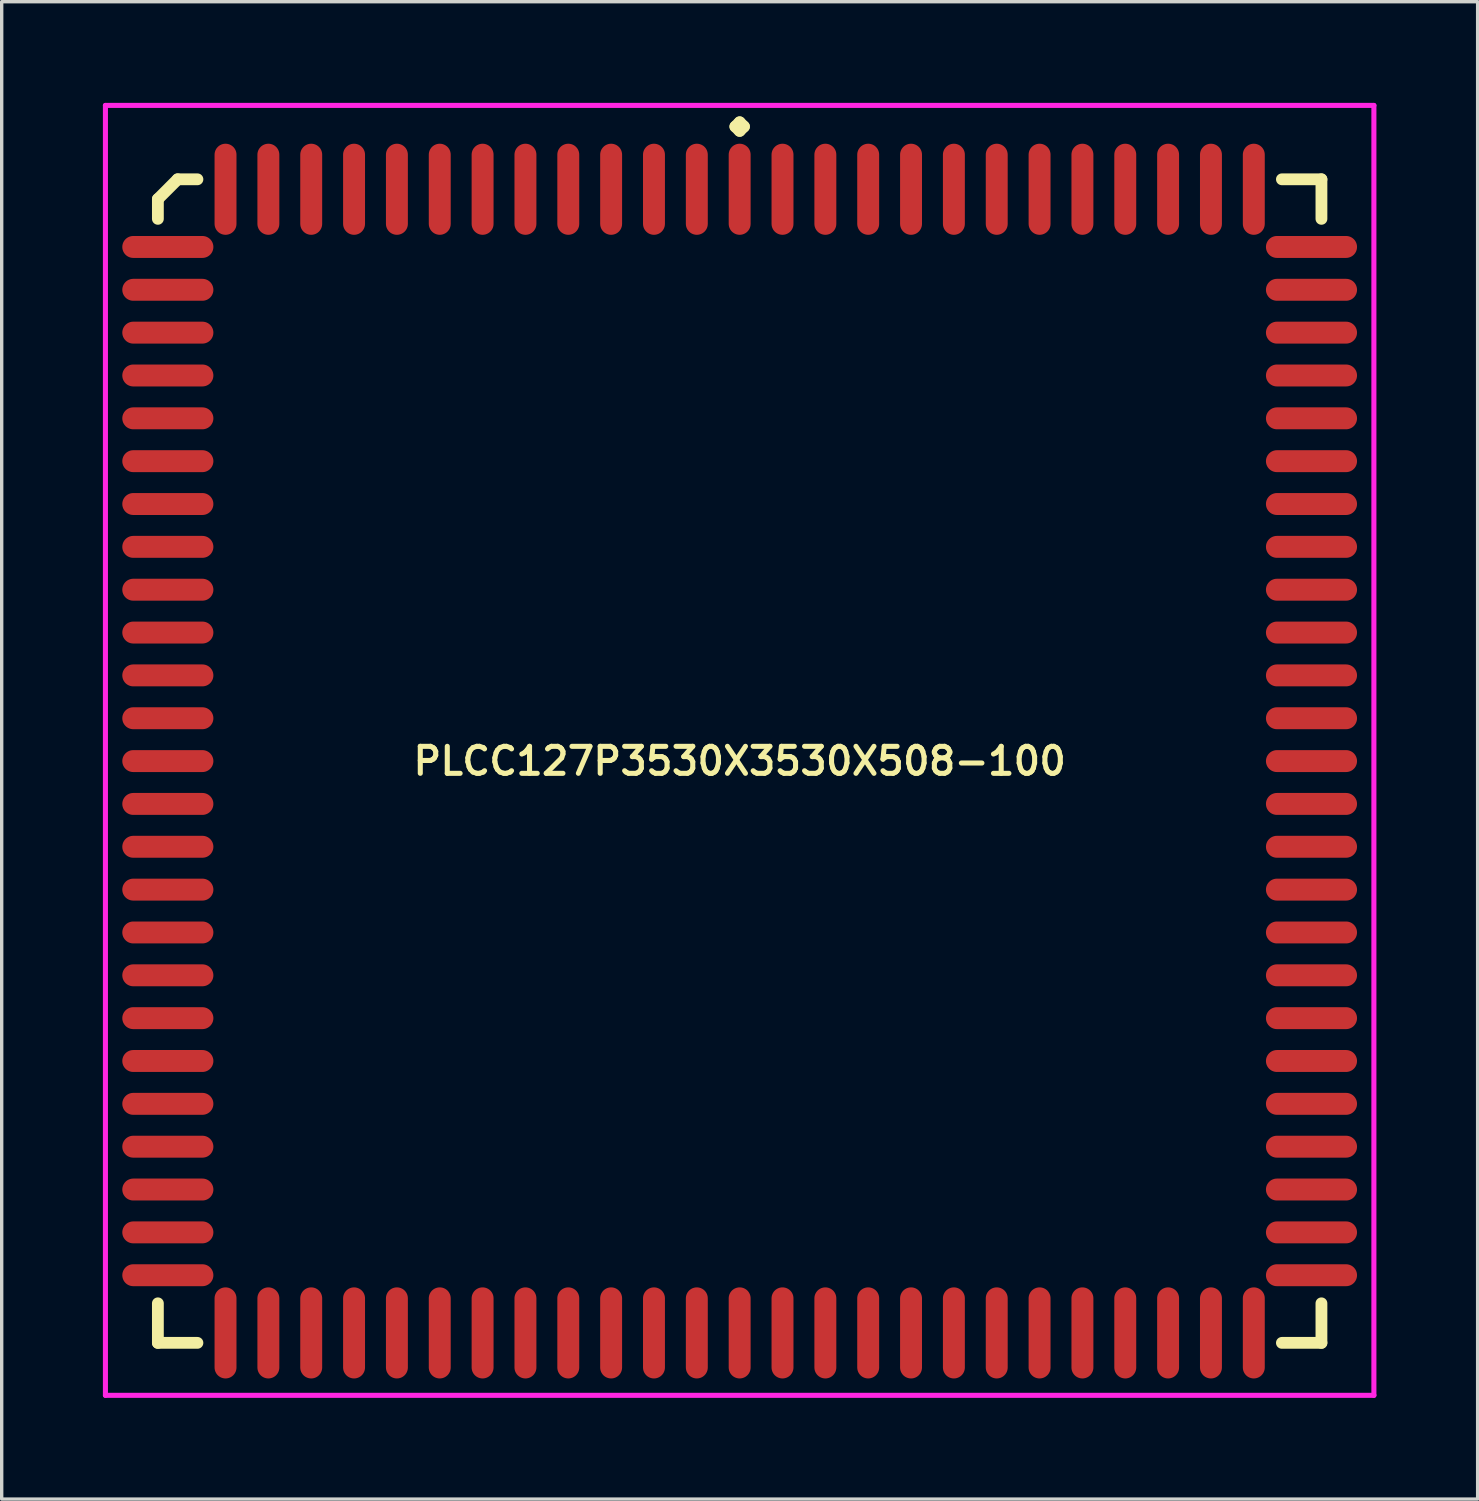
<source format=kicad_pcb>
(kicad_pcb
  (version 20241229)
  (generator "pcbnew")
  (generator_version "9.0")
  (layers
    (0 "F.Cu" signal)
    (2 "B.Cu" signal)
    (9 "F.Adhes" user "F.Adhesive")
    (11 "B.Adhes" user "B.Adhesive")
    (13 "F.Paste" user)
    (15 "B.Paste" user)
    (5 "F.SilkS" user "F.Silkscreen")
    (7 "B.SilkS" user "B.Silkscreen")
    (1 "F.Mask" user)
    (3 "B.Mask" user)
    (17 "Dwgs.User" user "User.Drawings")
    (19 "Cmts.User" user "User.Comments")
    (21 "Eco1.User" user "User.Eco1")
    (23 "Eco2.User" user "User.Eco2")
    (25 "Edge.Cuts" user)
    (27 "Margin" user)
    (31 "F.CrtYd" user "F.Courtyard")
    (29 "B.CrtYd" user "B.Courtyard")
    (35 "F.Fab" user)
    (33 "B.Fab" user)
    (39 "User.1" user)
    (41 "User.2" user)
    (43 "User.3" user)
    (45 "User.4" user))
  (footprint "PLCC127P3530X3530X508-100"
    (layer "F.Cu")
    (at 18.875 19.51)
    (property "Reference" "PLCC127P3530X3530X508-100" (at 0 0 0) (layer "F.SilkS") (effects (font (size 0.8 0.8) (thickness 0.15))))
    (attr smd)
    (fp_line (start -17.245 -16.659) (end -16.659 -17.245) (stroke (width 0.35) (type solid)) (layer "F.SilkS"))
    (fp_line (start -17.245 -16.073) (end -17.245 -16.659) (stroke (width 0.35) (type solid)) (layer "F.SilkS"))
    (fp_line (start -17.245 16.073) (end -17.245 17.245) (stroke (width 0.35) (type solid)) (layer "F.SilkS"))
    (fp_line (start -17.245 17.245) (end -16.073 17.245) (stroke (width 0.35) (type solid)) (layer "F.SilkS"))
    (fp_line (start -16.659 -17.245) (end -16.073 -17.245) (stroke (width 0.35) (type solid)) (layer "F.SilkS"))
    (fp_line (start -0.127 -18.808) (end 0 -18.935) (stroke (width 0.35) (type solid)) (layer "F.SilkS"))
    (fp_line (start 0 -18.935) (end 0.127 -18.808) (stroke (width 0.35) (type solid)) (layer "F.SilkS"))
    (fp_line (start 0 -18.681) (end -0.127 -18.808) (stroke (width 0.35) (type solid)) (layer "F.SilkS"))
    (fp_line (start 0.127 -18.808) (end 0 -18.681) (stroke (width 0.35) (type solid)) (layer "F.SilkS"))
    (fp_line (start 17.245 -17.245) (end 16.073 -17.245) (stroke (width 0.35) (type solid)) (layer "F.SilkS"))
    (fp_line (start 17.245 -16.073) (end 17.245 -17.245) (stroke (width 0.35) (type solid)) (layer "F.SilkS"))
    (fp_line (start 17.245 16.073) (end 17.245 17.245) (stroke (width 0.35) (type solid)) (layer "F.SilkS"))
    (fp_line (start 17.245 17.245) (end 16.073 17.245) (stroke (width 0.35) (type solid)) (layer "F.SilkS"))
    (fp_line (start -18.8 -19.435) (end 18.8 -19.435) (stroke (width 0.15) (type solid)) (layer "F.CrtYd"))
    (fp_line (start -18.8 18.8) (end -18.8 -19.435) (stroke (width 0.15) (type solid)) (layer "F.CrtYd"))
    (fp_line (start 18.8 -19.435) (end 18.8 18.8) (stroke (width 0.15) (type solid)) (layer "F.CrtYd"))
    (fp_line (start 18.8 18.8) (end -18.8 18.8) (stroke (width 0.15) (type solid)) (layer "F.CrtYd"))
    (pad "1" smd oval (at 0 -16.95) (size 0.65 2.7) (layers "F.Cu" "F.Mask" "F.Paste"))
    (pad "2" smd oval (at -1.27 -16.95) (size 0.65 2.7) (layers "F.Cu" "F.Mask" "F.Paste"))
    (pad "3" smd oval (at -2.54 -16.95) (size 0.65 2.7) (layers "F.Cu" "F.Mask" "F.Paste"))
    (pad "4" smd oval (at -3.81 -16.95) (size 0.65 2.7) (layers "F.Cu" "F.Mask" "F.Paste"))
    (pad "5" smd oval (at -5.08 -16.95) (size 0.65 2.7) (layers "F.Cu" "F.Mask" "F.Paste"))
    (pad "6" smd oval (at -6.35 -16.95) (size 0.65 2.7) (layers "F.Cu" "F.Mask" "F.Paste"))
    (pad "7" smd oval (at -7.62 -16.95) (size 0.65 2.7) (layers "F.Cu" "F.Mask" "F.Paste"))
    (pad "8" smd oval (at -8.89 -16.95) (size 0.65 2.7) (layers "F.Cu" "F.Mask" "F.Paste"))
    (pad "9" smd oval (at -10.16 -16.95) (size 0.65 2.7) (layers "F.Cu" "F.Mask" "F.Paste"))
    (pad "10" smd oval (at -11.43 -16.95) (size 0.65 2.7) (layers "F.Cu" "F.Mask" "F.Paste"))
    (pad "11" smd oval (at -12.7 -16.95) (size 0.65 2.7) (layers "F.Cu" "F.Mask" "F.Paste"))
    (pad "12" smd oval (at -13.97 -16.95) (size 0.65 2.7) (layers "F.Cu" "F.Mask" "F.Paste"))
    (pad "13" smd oval (at -15.24 -16.95) (size 0.65 2.7) (layers "F.Cu" "F.Mask" "F.Paste"))
    (pad "14" smd oval (at -16.95 -15.24) (size 2.7 0.65) (layers "F.Cu" "F.Mask" "F.Paste"))
    (pad "15" smd oval (at -16.95 -13.97) (size 2.7 0.65) (layers "F.Cu" "F.Mask" "F.Paste"))
    (pad "16" smd oval (at -16.95 -12.7) (size 2.7 0.65) (layers "F.Cu" "F.Mask" "F.Paste"))
    (pad "17" smd oval (at -16.95 -11.43) (size 2.7 0.65) (layers "F.Cu" "F.Mask" "F.Paste"))
    (pad "18" smd oval (at -16.95 -10.16) (size 2.7 0.65) (layers "F.Cu" "F.Mask" "F.Paste"))
    (pad "19" smd oval (at -16.95 -8.89) (size 2.7 0.65) (layers "F.Cu" "F.Mask" "F.Paste"))
    (pad "20" smd oval (at -16.95 -7.62) (size 2.7 0.65) (layers "F.Cu" "F.Mask" "F.Paste"))
    (pad "21" smd oval (at -16.95 -6.35) (size 2.7 0.65) (layers "F.Cu" "F.Mask" "F.Paste"))
    (pad "22" smd oval (at -16.95 -5.08) (size 2.7 0.65) (layers "F.Cu" "F.Mask" "F.Paste"))
    (pad "23" smd oval (at -16.95 -3.81) (size 2.7 0.65) (layers "F.Cu" "F.Mask" "F.Paste"))
    (pad "24" smd oval (at -16.95 -2.54) (size 2.7 0.65) (layers "F.Cu" "F.Mask" "F.Paste"))
    (pad "25" smd oval (at -16.95 -1.27) (size 2.7 0.65) (layers "F.Cu" "F.Mask" "F.Paste"))
    (pad "26" smd oval (at -16.95 0) (size 2.7 0.65) (layers "F.Cu" "F.Mask" "F.Paste"))
    (pad "27" smd oval (at -16.95 1.27) (size 2.7 0.65) (layers "F.Cu" "F.Mask" "F.Paste"))
    (pad "28" smd oval (at -16.95 2.54) (size 2.7 0.65) (layers "F.Cu" "F.Mask" "F.Paste"))
    (pad "29" smd oval (at -16.95 3.81) (size 2.7 0.65) (layers "F.Cu" "F.Mask" "F.Paste"))
    (pad "30" smd oval (at -16.95 5.08) (size 2.7 0.65) (layers "F.Cu" "F.Mask" "F.Paste"))
    (pad "31" smd oval (at -16.95 6.35) (size 2.7 0.65) (layers "F.Cu" "F.Mask" "F.Paste"))
    (pad "32" smd oval (at -16.95 7.62) (size 2.7 0.65) (layers "F.Cu" "F.Mask" "F.Paste"))
    (pad "33" smd oval (at -16.95 8.89) (size 2.7 0.65) (layers "F.Cu" "F.Mask" "F.Paste"))
    (pad "34" smd oval (at -16.95 10.16) (size 2.7 0.65) (layers "F.Cu" "F.Mask" "F.Paste"))
    (pad "35" smd oval (at -16.95 11.43) (size 2.7 0.65) (layers "F.Cu" "F.Mask" "F.Paste"))
    (pad "36" smd oval (at -16.95 12.7) (size 2.7 0.65) (layers "F.Cu" "F.Mask" "F.Paste"))
    (pad "37" smd oval (at -16.95 13.97) (size 2.7 0.65) (layers "F.Cu" "F.Mask" "F.Paste"))
    (pad "38" smd oval (at -16.95 15.24) (size 2.7 0.65) (layers "F.Cu" "F.Mask" "F.Paste"))
    (pad "39" smd oval (at -15.24 16.95) (size 0.65 2.7) (layers "F.Cu" "F.Mask" "F.Paste"))
    (pad "40" smd oval (at -13.97 16.95) (size 0.65 2.7) (layers "F.Cu" "F.Mask" "F.Paste"))
    (pad "41" smd oval (at -12.7 16.95) (size 0.65 2.7) (layers "F.Cu" "F.Mask" "F.Paste"))
    (pad "42" smd oval (at -11.43 16.95) (size 0.65 2.7) (layers "F.Cu" "F.Mask" "F.Paste"))
    (pad "43" smd oval (at -10.16 16.95) (size 0.65 2.7) (layers "F.Cu" "F.Mask" "F.Paste"))
    (pad "44" smd oval (at -8.89 16.95) (size 0.65 2.7) (layers "F.Cu" "F.Mask" "F.Paste"))
    (pad "45" smd oval (at -7.62 16.95) (size 0.65 2.7) (layers "F.Cu" "F.Mask" "F.Paste"))
    (pad "46" smd oval (at -6.35 16.95) (size 0.65 2.7) (layers "F.Cu" "F.Mask" "F.Paste"))
    (pad "47" smd oval (at -5.08 16.95) (size 0.65 2.7) (layers "F.Cu" "F.Mask" "F.Paste"))
    (pad "48" smd oval (at -3.81 16.95) (size 0.65 2.7) (layers "F.Cu" "F.Mask" "F.Paste"))
    (pad "49" smd oval (at -2.54 16.95) (size 0.65 2.7) (layers "F.Cu" "F.Mask" "F.Paste"))
    (pad "50" smd oval (at -1.27 16.95) (size 0.65 2.7) (layers "F.Cu" "F.Mask" "F.Paste"))
    (pad "51" smd oval (at 0 16.95) (size 0.65 2.7) (layers "F.Cu" "F.Mask" "F.Paste"))
    (pad "52" smd oval (at 1.27 16.95) (size 0.65 2.7) (layers "F.Cu" "F.Mask" "F.Paste"))
    (pad "53" smd oval (at 2.54 16.95) (size 0.65 2.7) (layers "F.Cu" "F.Mask" "F.Paste"))
    (pad "54" smd oval (at 3.81 16.95) (size 0.65 2.7) (layers "F.Cu" "F.Mask" "F.Paste"))
    (pad "55" smd oval (at 5.08 16.95) (size 0.65 2.7) (layers "F.Cu" "F.Mask" "F.Paste"))
    (pad "56" smd oval (at 6.35 16.95) (size 0.65 2.7) (layers "F.Cu" "F.Mask" "F.Paste"))
    (pad "57" smd oval (at 7.62 16.95) (size 0.65 2.7) (layers "F.Cu" "F.Mask" "F.Paste"))
    (pad "58" smd oval (at 8.89 16.95) (size 0.65 2.7) (layers "F.Cu" "F.Mask" "F.Paste"))
    (pad "59" smd oval (at 10.16 16.95) (size 0.65 2.7) (layers "F.Cu" "F.Mask" "F.Paste"))
    (pad "60" smd oval (at 11.43 16.95) (size 0.65 2.7) (layers "F.Cu" "F.Mask" "F.Paste"))
    (pad "61" smd oval (at 12.7 16.95) (size 0.65 2.7) (layers "F.Cu" "F.Mask" "F.Paste"))
    (pad "62" smd oval (at 13.97 16.95) (size 0.65 2.7) (layers "F.Cu" "F.Mask" "F.Paste"))
    (pad "63" smd oval (at 15.24 16.95) (size 0.65 2.7) (layers "F.Cu" "F.Mask" "F.Paste"))
    (pad "64" smd oval (at 16.95 15.24) (size 2.7 0.65) (layers "F.Cu" "F.Mask" "F.Paste"))
    (pad "65" smd oval (at 16.95 13.97) (size 2.7 0.65) (layers "F.Cu" "F.Mask" "F.Paste"))
    (pad "66" smd oval (at 16.95 12.7) (size 2.7 0.65) (layers "F.Cu" "F.Mask" "F.Paste"))
    (pad "67" smd oval (at 16.95 11.43) (size 2.7 0.65) (layers "F.Cu" "F.Mask" "F.Paste"))
    (pad "68" smd oval (at 16.95 10.16) (size 2.7 0.65) (layers "F.Cu" "F.Mask" "F.Paste"))
    (pad "69" smd oval (at 16.95 8.89) (size 2.7 0.65) (layers "F.Cu" "F.Mask" "F.Paste"))
    (pad "70" smd oval (at 16.95 7.62) (size 2.7 0.65) (layers "F.Cu" "F.Mask" "F.Paste"))
    (pad "71" smd oval (at 16.95 6.35) (size 2.7 0.65) (layers "F.Cu" "F.Mask" "F.Paste"))
    (pad "72" smd oval (at 16.95 5.08) (size 2.7 0.65) (layers "F.Cu" "F.Mask" "F.Paste"))
    (pad "73" smd oval (at 16.95 3.81) (size 2.7 0.65) (layers "F.Cu" "F.Mask" "F.Paste"))
    (pad "74" smd oval (at 16.95 2.54) (size 2.7 0.65) (layers "F.Cu" "F.Mask" "F.Paste"))
    (pad "75" smd oval (at 16.95 1.27) (size 2.7 0.65) (layers "F.Cu" "F.Mask" "F.Paste"))
    (pad "76" smd oval (at 16.95 0) (size 2.7 0.65) (layers "F.Cu" "F.Mask" "F.Paste"))
    (pad "77" smd oval (at 16.95 -1.27) (size 2.7 0.65) (layers "F.Cu" "F.Mask" "F.Paste"))
    (pad "78" smd oval (at 16.95 -2.54) (size 2.7 0.65) (layers "F.Cu" "F.Mask" "F.Paste"))
    (pad "79" smd oval (at 16.95 -3.81) (size 2.7 0.65) (layers "F.Cu" "F.Mask" "F.Paste"))
    (pad "80" smd oval (at 16.95 -5.08) (size 2.7 0.65) (layers "F.Cu" "F.Mask" "F.Paste"))
    (pad "81" smd oval (at 16.95 -6.35) (size 2.7 0.65) (layers "F.Cu" "F.Mask" "F.Paste"))
    (pad "82" smd oval (at 16.95 -7.62) (size 2.7 0.65) (layers "F.Cu" "F.Mask" "F.Paste"))
    (pad "83" smd oval (at 16.95 -8.89) (size 2.7 0.65) (layers "F.Cu" "F.Mask" "F.Paste"))
    (pad "84" smd oval (at 16.95 -10.16) (size 2.7 0.65) (layers "F.Cu" "F.Mask" "F.Paste"))
    (pad "85" smd oval (at 16.95 -11.43) (size 2.7 0.65) (layers "F.Cu" "F.Mask" "F.Paste"))
    (pad "86" smd oval (at 16.95 -12.7) (size 2.7 0.65) (layers "F.Cu" "F.Mask" "F.Paste"))
    (pad "87" smd oval (at 16.95 -13.97) (size 2.7 0.65) (layers "F.Cu" "F.Mask" "F.Paste"))
    (pad "88" smd oval (at 16.95 -15.24) (size 2.7 0.65) (layers "F.Cu" "F.Mask" "F.Paste"))
    (pad "89" smd oval (at 15.24 -16.95) (size 0.65 2.7) (layers "F.Cu" "F.Mask" "F.Paste"))
    (pad "90" smd oval (at 13.97 -16.95) (size 0.65 2.7) (layers "F.Cu" "F.Mask" "F.Paste"))
    (pad "91" smd oval (at 12.7 -16.95) (size 0.65 2.7) (layers "F.Cu" "F.Mask" "F.Paste"))
    (pad "92" smd oval (at 11.43 -16.95) (size 0.65 2.7) (layers "F.Cu" "F.Mask" "F.Paste"))
    (pad "93" smd oval (at 10.16 -16.95) (size 0.65 2.7) (layers "F.Cu" "F.Mask" "F.Paste"))
    (pad "94" smd oval (at 8.89 -16.95) (size 0.65 2.7) (layers "F.Cu" "F.Mask" "F.Paste"))
    (pad "95" smd oval (at 7.62 -16.95) (size 0.65 2.7) (layers "F.Cu" "F.Mask" "F.Paste"))
    (pad "96" smd oval (at 6.35 -16.95) (size 0.65 2.7) (layers "F.Cu" "F.Mask" "F.Paste"))
    (pad "97" smd oval (at 5.08 -16.95) (size 0.65 2.7) (layers "F.Cu" "F.Mask" "F.Paste"))
    (pad "98" smd oval (at 3.81 -16.95) (size 0.65 2.7) (layers "F.Cu" "F.Mask" "F.Paste"))
    (pad "99" smd oval (at 2.54 -16.95) (size 0.65 2.7) (layers "F.Cu" "F.Mask" "F.Paste"))
    (pad "100" smd oval (at 1.27 -16.95) (size 0.65 2.7) (layers "F.Cu" "F.Mask" "F.Paste")))
  (gr_rect
    (start -3 -3)
    (end 40.75 41.385)
    (stroke (width 0.1) (type default))
    (fill no)
    (layer "Edge.Cuts")))
</source>
